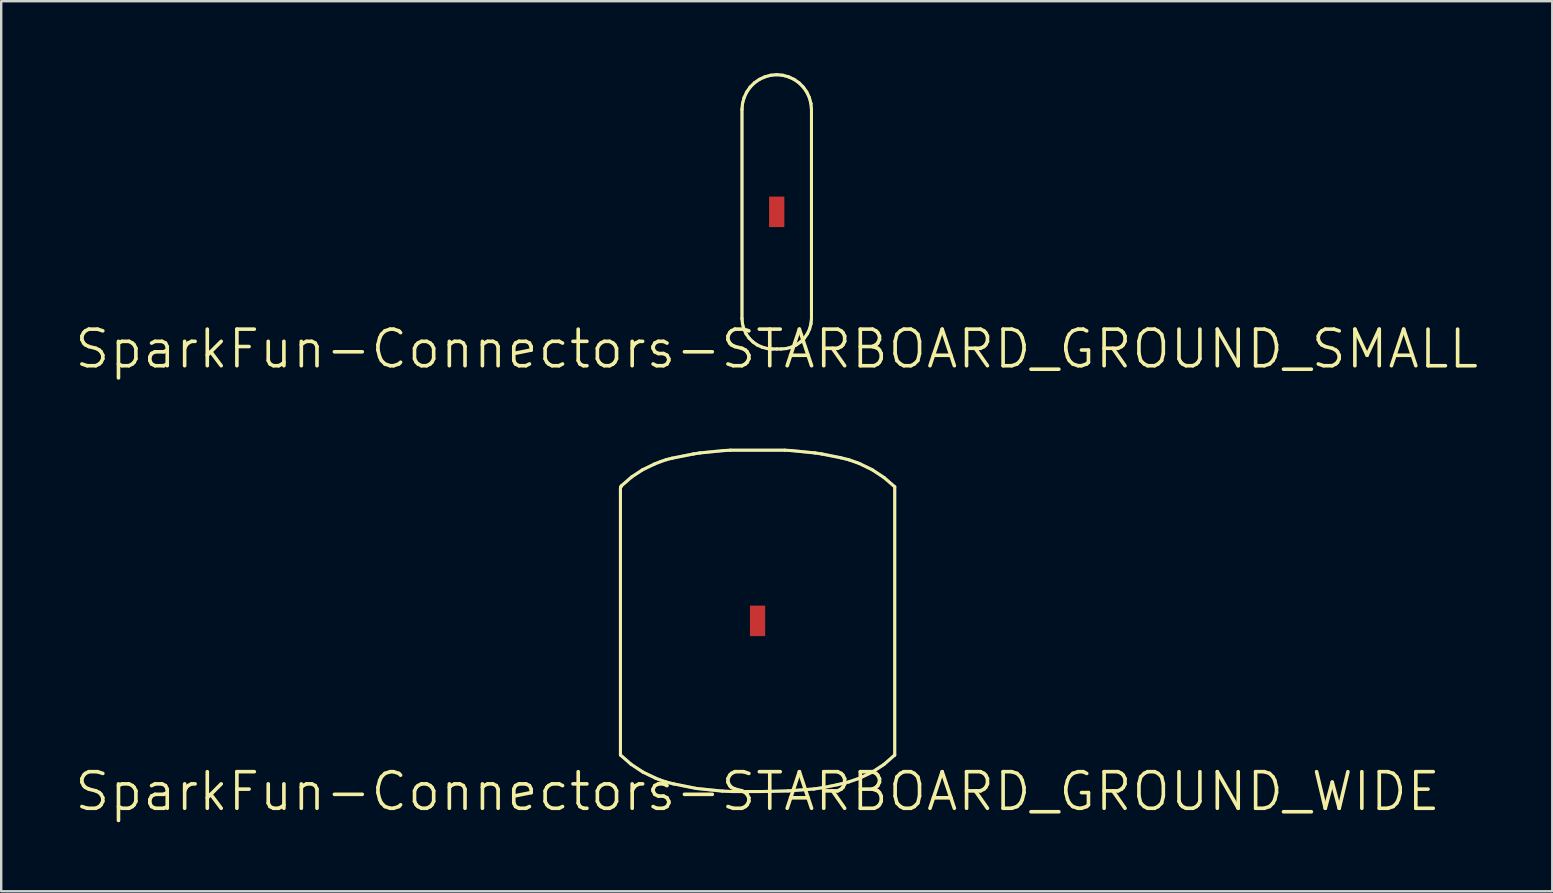
<source format=kicad_pcb>
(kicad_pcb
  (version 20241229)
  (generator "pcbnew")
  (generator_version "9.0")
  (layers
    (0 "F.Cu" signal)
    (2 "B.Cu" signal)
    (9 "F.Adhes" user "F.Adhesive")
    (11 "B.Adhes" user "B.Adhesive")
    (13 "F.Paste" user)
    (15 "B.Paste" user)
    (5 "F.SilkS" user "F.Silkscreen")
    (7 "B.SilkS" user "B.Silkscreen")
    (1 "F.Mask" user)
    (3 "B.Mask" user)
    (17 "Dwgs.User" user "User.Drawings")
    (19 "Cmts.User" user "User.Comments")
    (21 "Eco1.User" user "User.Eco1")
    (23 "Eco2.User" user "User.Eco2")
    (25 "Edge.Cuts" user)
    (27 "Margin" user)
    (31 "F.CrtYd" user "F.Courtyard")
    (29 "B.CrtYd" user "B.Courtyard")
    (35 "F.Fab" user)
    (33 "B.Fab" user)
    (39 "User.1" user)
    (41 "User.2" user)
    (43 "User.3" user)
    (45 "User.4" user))
  (footprint "SparkFun-Connectors-STARBOARD_GROUND_SMALL"
    (layer "F.Cu")
    (at 29.319 11.493)
    (property "Reference" "SparkFun-Connectors-STARBOARD_GROUND_SMALL" (at 0 0 0) (layer "F.SilkS") (effects (font (size 1.524 1.524) (thickness 0.15))))
    (attr smd)
    (fp_line (start -1.448 -9.982) (end -1.448 -1.27) (stroke (width 0.127) (type solid)) (layer "B.Cu"))
    (fp_line (start -1.448 -1.27) (end -1.427 -1.049) (stroke (width 0.127) (type solid)) (layer "B.Cu"))
    (fp_line (start -1.427 -1.049) (end -1.369 -0.833) (stroke (width 0.127) (type solid)) (layer "B.Cu"))
    (fp_line (start -1.425 -10.231) (end -1.448 -9.982) (stroke (width 0.127) (type solid)) (layer "B.Cu"))
    (fp_line (start -1.369 -0.833) (end -1.278 -0.635) (stroke (width 0.127) (type solid)) (layer "B.Cu"))
    (fp_line (start -1.359 -10.475) (end -1.425 -10.231) (stroke (width 0.127) (type solid)) (layer "B.Cu"))
    (fp_line (start -1.278 -0.635) (end -1.151 -0.452) (stroke (width 0.127) (type solid)) (layer "B.Cu"))
    (fp_line (start -1.252 -10.706) (end -1.359 -10.475) (stroke (width 0.127) (type solid)) (layer "B.Cu"))
    (fp_line (start -1.151 -0.452) (end -0.993 -0.295) (stroke (width 0.127) (type solid)) (layer "B.Cu"))
    (fp_line (start -1.107 -10.912) (end -1.252 -10.706) (stroke (width 0.127) (type solid)) (layer "B.Cu"))
    (fp_line (start -0.993 -0.295) (end -0.813 -0.168) (stroke (width 0.127) (type solid)) (layer "B.Cu"))
    (fp_line (start -0.93 -11.09) (end -1.107 -10.912) (stroke (width 0.127) (type solid)) (layer "B.Cu"))
    (fp_line (start -0.813 -0.168) (end -0.612 -0.076) (stroke (width 0.127) (type solid)) (layer "B.Cu"))
    (fp_line (start -0.724 -11.234) (end -0.93 -11.09) (stroke (width 0.127) (type solid)) (layer "B.Cu"))
    (fp_line (start -0.612 -0.076) (end -0.396 -0.018) (stroke (width 0.127) (type solid)) (layer "B.Cu"))
    (fp_line (start -0.493 -11.341) (end -0.724 -11.234) (stroke (width 0.127) (type solid)) (layer "B.Cu"))
    (fp_line (start -0.396 -0.018) (end -0.178 0) (stroke (width 0.127) (type solid)) (layer "B.Cu"))
    (fp_line (start -0.249 -11.407) (end -0.493 -11.341) (stroke (width 0.127) (type solid)) (layer "B.Cu"))
    (fp_line (start -0.178 0) (end 0 0) (stroke (width 0.127) (type solid)) (layer "B.Cu"))
    (fp_line (start 0 -11.43) (end -0.249 -11.407) (stroke (width 0.127) (type solid)) (layer "B.Cu"))
    (fp_line (start 0 0) (end 0.178 0) (stroke (width 0.127) (type solid)) (layer "B.Cu"))
    (fp_line (start 0.178 0) (end 0.396 -0.018) (stroke (width 0.127) (type solid)) (layer "B.Cu"))
    (fp_line (start 0.249 -11.407) (end 0 -11.43) (stroke (width 0.127) (type solid)) (layer "B.Cu"))
    (fp_line (start 0.396 -0.018) (end 0.612 -0.076) (stroke (width 0.127) (type solid)) (layer "B.Cu"))
    (fp_line (start 0.493 -11.341) (end 0.249 -11.407) (stroke (width 0.127) (type solid)) (layer "B.Cu"))
    (fp_line (start 0.612 -0.076) (end 0.813 -0.168) (stroke (width 0.127) (type solid)) (layer "B.Cu"))
    (fp_line (start 0.724 -11.234) (end 0.493 -11.341) (stroke (width 0.127) (type solid)) (layer "B.Cu"))
    (fp_line (start 0.813 -0.168) (end 0.993 -0.295) (stroke (width 0.127) (type solid)) (layer "B.Cu"))
    (fp_line (start 0.93 -11.09) (end 0.724 -11.234) (stroke (width 0.127) (type solid)) (layer "B.Cu"))
    (fp_line (start 0.993 -0.295) (end 1.151 -0.452) (stroke (width 0.127) (type solid)) (layer "B.Cu"))
    (fp_line (start 1.107 -10.912) (end 0.93 -11.09) (stroke (width 0.127) (type solid)) (layer "B.Cu"))
    (fp_line (start 1.151 -0.452) (end 1.278 -0.635) (stroke (width 0.127) (type solid)) (layer "B.Cu"))
    (fp_line (start 1.252 -10.706) (end 1.107 -10.912) (stroke (width 0.127) (type solid)) (layer "B.Cu"))
    (fp_line (start 1.278 -0.635) (end 1.369 -0.833) (stroke (width 0.127) (type solid)) (layer "B.Cu"))
    (fp_line (start 1.359 -10.475) (end 1.252 -10.706) (stroke (width 0.127) (type solid)) (layer "B.Cu"))
    (fp_line (start 1.369 -0.833) (end 1.427 -1.049) (stroke (width 0.127) (type solid)) (layer "B.Cu"))
    (fp_line (start 1.425 -10.231) (end 1.359 -10.475) (stroke (width 0.127) (type solid)) (layer "B.Cu"))
    (fp_line (start 1.427 -1.049) (end 1.448 -1.27) (stroke (width 0.127) (type solid)) (layer "B.Cu"))
    (fp_line (start 1.448 -9.982) (end 1.425 -10.231) (stroke (width 0.127) (type solid)) (layer "B.Cu"))
    (fp_line (start 1.448 -1.27) (end 1.448 -9.982) (stroke (width 0.127) (type solid)) (layer "B.Cu"))
    (fp_line (start -1.448 -9.982) (end -1.448 -1.27) (stroke (width 0.127) (type solid)) (layer "F.SilkS"))
    (fp_line (start -1.448 -1.27) (end -1.427 -1.049) (stroke (width 0.127) (type solid)) (layer "F.SilkS"))
    (fp_line (start -1.427 -1.049) (end -1.369 -0.833) (stroke (width 0.127) (type solid)) (layer "F.SilkS"))
    (fp_line (start -1.425 -10.231) (end -1.448 -9.982) (stroke (width 0.127) (type solid)) (layer "F.SilkS"))
    (fp_line (start -1.369 -0.833) (end -1.278 -0.635) (stroke (width 0.127) (type solid)) (layer "F.SilkS"))
    (fp_line (start -1.359 -10.475) (end -1.425 -10.231) (stroke (width 0.127) (type solid)) (layer "F.SilkS"))
    (fp_line (start -1.278 -0.635) (end -1.151 -0.452) (stroke (width 0.127) (type solid)) (layer "F.SilkS"))
    (fp_line (start -1.252 -10.706) (end -1.359 -10.475) (stroke (width 0.127) (type solid)) (layer "F.SilkS"))
    (fp_line (start -1.151 -0.452) (end -0.993 -0.295) (stroke (width 0.127) (type solid)) (layer "F.SilkS"))
    (fp_line (start -1.107 -10.912) (end -1.252 -10.706) (stroke (width 0.127) (type solid)) (layer "F.SilkS"))
    (fp_line (start -0.993 -0.295) (end -0.813 -0.168) (stroke (width 0.127) (type solid)) (layer "F.SilkS"))
    (fp_line (start -0.93 -11.09) (end -1.107 -10.912) (stroke (width 0.127) (type solid)) (layer "F.SilkS"))
    (fp_line (start -0.813 -0.168) (end -0.612 -0.076) (stroke (width 0.127) (type solid)) (layer "F.SilkS"))
    (fp_line (start -0.724 -11.234) (end -0.93 -11.09) (stroke (width 0.127) (type solid)) (layer "F.SilkS"))
    (fp_line (start -0.612 -0.076) (end -0.396 -0.018) (stroke (width 0.127) (type solid)) (layer "F.SilkS"))
    (fp_line (start -0.493 -11.341) (end -0.724 -11.234) (stroke (width 0.127) (type solid)) (layer "F.SilkS"))
    (fp_line (start -0.396 -0.018) (end -0.178 0) (stroke (width 0.127) (type solid)) (layer "F.SilkS"))
    (fp_line (start -0.249 -11.407) (end -0.493 -11.341) (stroke (width 0.127) (type solid)) (layer "F.SilkS"))
    (fp_line (start -0.178 0) (end 0 0) (stroke (width 0.127) (type solid)) (layer "F.SilkS"))
    (fp_line (start 0 -11.43) (end -0.249 -11.407) (stroke (width 0.127) (type solid)) (layer "F.SilkS"))
    (fp_line (start 0 0) (end 0.178 0) (stroke (width 0.127) (type solid)) (layer "F.SilkS"))
    (fp_line (start 0.178 0) (end 0.396 -0.018) (stroke (width 0.127) (type solid)) (layer "F.SilkS"))
    (fp_line (start 0.249 -11.407) (end 0 -11.43) (stroke (width 0.127) (type solid)) (layer "F.SilkS"))
    (fp_line (start 0.396 -0.018) (end 0.612 -0.076) (stroke (width 0.127) (type solid)) (layer "F.SilkS"))
    (fp_line (start 0.493 -11.341) (end 0.249 -11.407) (stroke (width 0.127) (type solid)) (layer "F.SilkS"))
    (fp_line (start 0.612 -0.076) (end 0.813 -0.168) (stroke (width 0.127) (type solid)) (layer "F.SilkS"))
    (fp_line (start 0.724 -11.234) (end 0.493 -11.341) (stroke (width 0.127) (type solid)) (layer "F.SilkS"))
    (fp_line (start 0.813 -0.168) (end 0.993 -0.295) (stroke (width 0.127) (type solid)) (layer "F.SilkS"))
    (fp_line (start 0.93 -11.09) (end 0.724 -11.234) (stroke (width 0.127) (type solid)) (layer "F.SilkS"))
    (fp_line (start 0.993 -0.295) (end 1.151 -0.452) (stroke (width 0.127) (type solid)) (layer "F.SilkS"))
    (fp_line (start 1.107 -10.912) (end 0.93 -11.09) (stroke (width 0.127) (type solid)) (layer "F.SilkS"))
    (fp_line (start 1.151 -0.452) (end 1.278 -0.635) (stroke (width 0.127) (type solid)) (layer "F.SilkS"))
    (fp_line (start 1.252 -10.706) (end 1.107 -10.912) (stroke (width 0.127) (type solid)) (layer "F.SilkS"))
    (fp_line (start 1.278 -0.635) (end 1.369 -0.833) (stroke (width 0.127) (type solid)) (layer "F.SilkS"))
    (fp_line (start 1.359 -10.475) (end 1.252 -10.706) (stroke (width 0.127) (type solid)) (layer "F.SilkS"))
    (fp_line (start 1.369 -0.833) (end 1.427 -1.049) (stroke (width 0.127) (type solid)) (layer "F.SilkS"))
    (fp_line (start 1.425 -10.231) (end 1.359 -10.475) (stroke (width 0.127) (type solid)) (layer "F.SilkS"))
    (fp_line (start 1.427 -1.049) (end 1.448 -1.27) (stroke (width 0.127) (type solid)) (layer "F.SilkS"))
    (fp_line (start 1.448 -9.982) (end 1.425 -10.231) (stroke (width 0.127) (type solid)) (layer "F.SilkS"))
    (fp_line (start 1.448 -1.27) (end 1.448 -9.982) (stroke (width 0.127) (type solid)) (layer "F.SilkS"))
    (pad "GROU" smd rect (at 0 -5.715 90) (size 1.27 0.635) (layers "F.Cu" "F.Mask" "F.Paste")))
  (footprint "SparkFun-Connectors-STARBOARD_GROUND_WIDE"
    (layer "F.Cu")
    (at 28.521 29.936)
    (property "Reference" "SparkFun-Connectors-STARBOARD_GROUND_WIDE" (at 0 0 0) (layer "F.SilkS") (effects (font (size 1.524 1.524) (thickness 0.15))))
    (attr smd)
    (fp_line (start -5.715 -12.636) (end -5.707 -12.675) (stroke (width 0.127) (type solid)) (layer "B.Cu"))
    (fp_line (start -5.715 -1.524) (end -5.715 -12.636) (stroke (width 0.127) (type solid)) (layer "B.Cu"))
    (fp_line (start -5.707 -12.675) (end -5.692 -12.713) (stroke (width 0.127) (type solid)) (layer "B.Cu"))
    (fp_line (start -5.692 -12.713) (end -5.669 -12.743) (stroke (width 0.127) (type solid)) (layer "B.Cu"))
    (fp_line (start -5.669 -12.743) (end -5.255 -13.104) (stroke (width 0.127) (type solid)) (layer "B.Cu"))
    (fp_line (start -5.271 -1.135) (end -5.715 -1.524) (stroke (width 0.127) (type solid)) (layer "B.Cu"))
    (fp_line (start -5.255 -13.104) (end -4.798 -13.406) (stroke (width 0.127) (type solid)) (layer "B.Cu"))
    (fp_line (start -4.798 -13.406) (end -4.303 -13.645) (stroke (width 0.127) (type solid)) (layer "B.Cu"))
    (fp_line (start -4.778 -0.81) (end -5.271 -1.135) (stroke (width 0.127) (type solid)) (layer "B.Cu"))
    (fp_line (start -4.303 -13.645) (end -4.041 -13.749) (stroke (width 0.127) (type solid)) (layer "B.Cu"))
    (fp_line (start -4.244 -0.554) (end -4.778 -0.81) (stroke (width 0.127) (type solid)) (layer "B.Cu"))
    (fp_line (start -4.092 -0.493) (end -4.244 -0.554) (stroke (width 0.127) (type solid)) (layer "B.Cu"))
    (fp_line (start -4.041 -13.749) (end -3.805 -13.83) (stroke (width 0.127) (type solid)) (layer "B.Cu"))
    (fp_line (start -3.805 -13.83) (end -3.564 -13.891) (stroke (width 0.127) (type solid)) (layer "B.Cu"))
    (fp_line (start -3.805 -0.394) (end -4.092 -0.493) (stroke (width 0.127) (type solid)) (layer "B.Cu"))
    (fp_line (start -3.564 -13.891) (end -2.667 -14.069) (stroke (width 0.127) (type solid)) (layer "B.Cu"))
    (fp_line (start -3.508 -0.32) (end -3.805 -0.394) (stroke (width 0.127) (type solid)) (layer "B.Cu"))
    (fp_line (start -2.667 -14.069) (end -2.408 -14.11) (stroke (width 0.127) (type solid)) (layer "B.Cu"))
    (fp_line (start -2.54 -0.127) (end -3.508 -0.32) (stroke (width 0.127) (type solid)) (layer "B.Cu"))
    (fp_line (start -2.408 -14.11) (end -1.407 -14.209) (stroke (width 0.127) (type solid)) (layer "B.Cu"))
    (fp_line (start -1.468 -0.018) (end -2.54 -0.127) (stroke (width 0.127) (type solid)) (layer "B.Cu"))
    (fp_line (start -1.407 -14.209) (end -1.13 -14.224) (stroke (width 0.127) (type solid)) (layer "B.Cu"))
    (fp_line (start -1.13 -14.224) (end 1.13 -14.224) (stroke (width 0.127) (type solid)) (layer "B.Cu"))
    (fp_line (start -1.069 0) (end -1.468 -0.018) (stroke (width 0.127) (type solid)) (layer "B.Cu"))
    (fp_line (start 0 0) (end -1.069 0) (stroke (width 0.127) (type solid)) (layer "B.Cu"))
    (fp_line (start 0.183 0) (end 0 0) (stroke (width 0.127) (type solid)) (layer "B.Cu"))
    (fp_line (start 1.13 -14.224) (end 1.407 -14.209) (stroke (width 0.127) (type solid)) (layer "B.Cu"))
    (fp_line (start 1.267 -0.025) (end 0.183 0) (stroke (width 0.127) (type solid)) (layer "B.Cu"))
    (fp_line (start 1.407 -14.209) (end 2.395 -14.11) (stroke (width 0.127) (type solid)) (layer "B.Cu"))
    (fp_line (start 2.349 -0.107) (end 1.267 -0.025) (stroke (width 0.127) (type solid)) (layer "B.Cu"))
    (fp_line (start 2.395 -14.11) (end 2.68 -14.067) (stroke (width 0.127) (type solid)) (layer "B.Cu"))
    (fp_line (start 2.68 -14.067) (end 3.457 -13.912) (stroke (width 0.127) (type solid)) (layer "B.Cu"))
    (fp_line (start 2.725 -0.163) (end 2.349 -0.107) (stroke (width 0.127) (type solid)) (layer "B.Cu"))
    (fp_line (start 3.327 -0.284) (end 2.725 -0.163) (stroke (width 0.127) (type solid)) (layer "B.Cu"))
    (fp_line (start 3.457 -13.912) (end 3.805 -13.825) (stroke (width 0.127) (type solid)) (layer "B.Cu"))
    (fp_line (start 3.802 -0.401) (end 3.327 -0.284) (stroke (width 0.127) (type solid)) (layer "B.Cu"))
    (fp_line (start 3.805 -13.825) (end 4.14 -13.708) (stroke (width 0.127) (type solid)) (layer "B.Cu"))
    (fp_line (start 4.14 -13.708) (end 4.244 -13.668) (stroke (width 0.127) (type solid)) (layer "B.Cu"))
    (fp_line (start 4.244 -13.668) (end 4.775 -13.411) (stroke (width 0.127) (type solid)) (layer "B.Cu"))
    (fp_line (start 4.265 -0.561) (end 3.802 -0.401) (stroke (width 0.127) (type solid)) (layer "B.Cu"))
    (fp_line (start 4.775 -13.411) (end 5.268 -13.086) (stroke (width 0.127) (type solid)) (layer "B.Cu"))
    (fp_line (start 4.783 -0.813) (end 4.265 -0.561) (stroke (width 0.127) (type solid)) (layer "B.Cu"))
    (fp_line (start 5.265 -1.128) (end 4.783 -0.813) (stroke (width 0.127) (type solid)) (layer "B.Cu"))
    (fp_line (start 5.268 -13.086) (end 5.715 -12.7) (stroke (width 0.127) (type solid)) (layer "B.Cu"))
    (fp_line (start 5.7 -1.509) (end 5.265 -1.128) (stroke (width 0.127) (type solid)) (layer "B.Cu"))
    (fp_line (start 5.715 -12.7) (end 5.715 -1.524) (stroke (width 0.127) (type solid)) (layer "B.Cu"))
    (fp_line (start 5.715 -1.524) (end 5.7 -1.509) (stroke (width 0.127) (type solid)) (layer "B.Cu"))
    (fp_line (start -5.715 -12.636) (end -5.707 -12.675) (stroke (width 0.127) (type solid)) (layer "F.SilkS"))
    (fp_line (start -5.715 -1.524) (end -5.715 -12.636) (stroke (width 0.127) (type solid)) (layer "F.SilkS"))
    (fp_line (start -5.707 -12.675) (end -5.692 -12.713) (stroke (width 0.127) (type solid)) (layer "F.SilkS"))
    (fp_line (start -5.692 -12.713) (end -5.669 -12.743) (stroke (width 0.127) (type solid)) (layer "F.SilkS"))
    (fp_line (start -5.669 -12.743) (end -5.255 -13.104) (stroke (width 0.127) (type solid)) (layer "F.SilkS"))
    (fp_line (start -5.271 -1.135) (end -5.715 -1.524) (stroke (width 0.127) (type solid)) (layer "F.SilkS"))
    (fp_line (start -5.255 -13.104) (end -4.798 -13.406) (stroke (width 0.127) (type solid)) (layer "F.SilkS"))
    (fp_line (start -4.798 -13.406) (end -4.303 -13.645) (stroke (width 0.127) (type solid)) (layer "F.SilkS"))
    (fp_line (start -4.778 -0.81) (end -5.271 -1.135) (stroke (width 0.127) (type solid)) (layer "F.SilkS"))
    (fp_line (start -4.303 -13.645) (end -4.041 -13.749) (stroke (width 0.127) (type solid)) (layer "F.SilkS"))
    (fp_line (start -4.244 -0.554) (end -4.778 -0.81) (stroke (width 0.127) (type solid)) (layer "F.SilkS"))
    (fp_line (start -4.092 -0.493) (end -4.244 -0.554) (stroke (width 0.127) (type solid)) (layer "F.SilkS"))
    (fp_line (start -4.041 -13.749) (end -3.805 -13.83) (stroke (width 0.127) (type solid)) (layer "F.SilkS"))
    (fp_line (start -3.805 -13.83) (end -3.564 -13.891) (stroke (width 0.127) (type solid)) (layer "F.SilkS"))
    (fp_line (start -3.805 -0.394) (end -4.092 -0.493) (stroke (width 0.127) (type solid)) (layer "F.SilkS"))
    (fp_line (start -3.564 -13.891) (end -2.667 -14.069) (stroke (width 0.127) (type solid)) (layer "F.SilkS"))
    (fp_line (start -3.508 -0.32) (end -3.805 -0.394) (stroke (width 0.127) (type solid)) (layer "F.SilkS"))
    (fp_line (start -2.667 -14.069) (end -2.408 -14.11) (stroke (width 0.127) (type solid)) (layer "F.SilkS"))
    (fp_line (start -2.54 -0.127) (end -3.508 -0.32) (stroke (width 0.127) (type solid)) (layer "F.SilkS"))
    (fp_line (start -2.408 -14.11) (end -1.407 -14.209) (stroke (width 0.127) (type solid)) (layer "F.SilkS"))
    (fp_line (start -1.468 -0.018) (end -2.54 -0.127) (stroke (width 0.127) (type solid)) (layer "F.SilkS"))
    (fp_line (start -1.407 -14.209) (end -1.13 -14.224) (stroke (width 0.127) (type solid)) (layer "F.SilkS"))
    (fp_line (start -1.13 -14.224) (end 1.13 -14.224) (stroke (width 0.127) (type solid)) (layer "F.SilkS"))
    (fp_line (start -1.069 0) (end -1.468 -0.018) (stroke (width 0.127) (type solid)) (layer "F.SilkS"))
    (fp_line (start 0 0) (end -1.069 0) (stroke (width 0.127) (type solid)) (layer "F.SilkS"))
    (fp_line (start 0.183 0) (end 0 0) (stroke (width 0.127) (type solid)) (layer "F.SilkS"))
    (fp_line (start 1.13 -14.224) (end 1.407 -14.209) (stroke (width 0.127) (type solid)) (layer "F.SilkS"))
    (fp_line (start 1.267 -0.025) (end 0.183 0) (stroke (width 0.127) (type solid)) (layer "F.SilkS"))
    (fp_line (start 1.407 -14.209) (end 2.395 -14.11) (stroke (width 0.127) (type solid)) (layer "F.SilkS"))
    (fp_line (start 2.349 -0.107) (end 1.267 -0.025) (stroke (width 0.127) (type solid)) (layer "F.SilkS"))
    (fp_line (start 2.395 -14.11) (end 2.68 -14.067) (stroke (width 0.127) (type solid)) (layer "F.SilkS"))
    (fp_line (start 2.68 -14.067) (end 3.457 -13.912) (stroke (width 0.127) (type solid)) (layer "F.SilkS"))
    (fp_line (start 2.725 -0.163) (end 2.349 -0.107) (stroke (width 0.127) (type solid)) (layer "F.SilkS"))
    (fp_line (start 3.327 -0.284) (end 2.725 -0.163) (stroke (width 0.127) (type solid)) (layer "F.SilkS"))
    (fp_line (start 3.457 -13.912) (end 3.805 -13.825) (stroke (width 0.127) (type solid)) (layer "F.SilkS"))
    (fp_line (start 3.802 -0.401) (end 3.327 -0.284) (stroke (width 0.127) (type solid)) (layer "F.SilkS"))
    (fp_line (start 3.805 -13.825) (end 4.14 -13.708) (stroke (width 0.127) (type solid)) (layer "F.SilkS"))
    (fp_line (start 4.14 -13.708) (end 4.244 -13.668) (stroke (width 0.127) (type solid)) (layer "F.SilkS"))
    (fp_line (start 4.244 -13.668) (end 4.775 -13.411) (stroke (width 0.127) (type solid)) (layer "F.SilkS"))
    (fp_line (start 4.265 -0.561) (end 3.802 -0.401) (stroke (width 0.127) (type solid)) (layer "F.SilkS"))
    (fp_line (start 4.775 -13.411) (end 5.268 -13.086) (stroke (width 0.127) (type solid)) (layer "F.SilkS"))
    (fp_line (start 4.783 -0.813) (end 4.265 -0.561) (stroke (width 0.127) (type solid)) (layer "F.SilkS"))
    (fp_line (start 5.265 -1.128) (end 4.783 -0.813) (stroke (width 0.127) (type solid)) (layer "F.SilkS"))
    (fp_line (start 5.268 -13.086) (end 5.715 -12.7) (stroke (width 0.127) (type solid)) (layer "F.SilkS"))
    (fp_line (start 5.7 -1.509) (end 5.265 -1.128) (stroke (width 0.127) (type solid)) (layer "F.SilkS"))
    (fp_line (start 5.715 -12.7) (end 5.715 -1.524) (stroke (width 0.127) (type solid)) (layer "F.SilkS"))
    (fp_line (start 5.715 -1.524) (end 5.7 -1.509) (stroke (width 0.127) (type solid)) (layer "F.SilkS"))
    (pad "GROU" smd rect (at 0 -7.112 90) (size 1.27 0.635) (layers "F.Cu" "F.Mask" "F.Paste")))
  (gr_rect
    (start -3 -3)
    (end 61.638 34.091)
    (stroke (width 0.1) (type default))
    (fill no)
    (layer "Edge.Cuts")))
</source>
